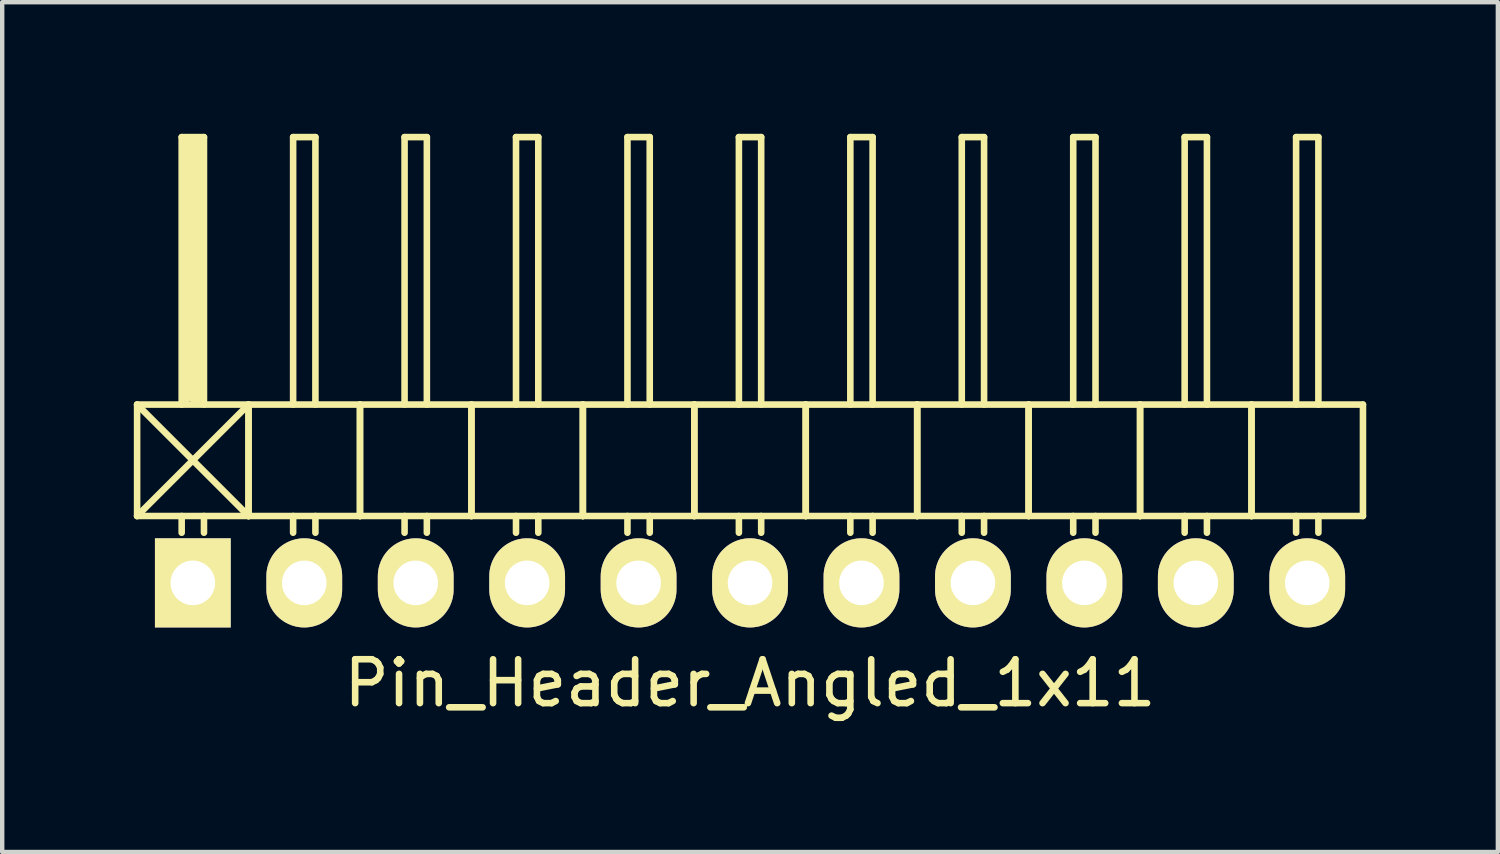
<source format=kicad_pcb>
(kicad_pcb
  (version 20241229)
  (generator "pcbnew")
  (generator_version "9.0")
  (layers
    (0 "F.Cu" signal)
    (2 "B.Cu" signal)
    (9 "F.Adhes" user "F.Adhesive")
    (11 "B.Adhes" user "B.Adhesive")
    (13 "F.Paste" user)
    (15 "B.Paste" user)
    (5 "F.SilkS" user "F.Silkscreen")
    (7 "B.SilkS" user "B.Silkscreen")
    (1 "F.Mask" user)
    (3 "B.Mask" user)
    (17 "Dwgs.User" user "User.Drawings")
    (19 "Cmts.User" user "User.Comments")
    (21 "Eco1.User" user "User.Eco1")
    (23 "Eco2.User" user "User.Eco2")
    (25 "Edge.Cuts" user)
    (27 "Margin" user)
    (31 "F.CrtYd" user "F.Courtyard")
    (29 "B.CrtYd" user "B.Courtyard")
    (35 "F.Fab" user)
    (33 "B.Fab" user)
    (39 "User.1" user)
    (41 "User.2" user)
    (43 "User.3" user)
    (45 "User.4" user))
  (footprint "Pin_Header_Angled_1x11"
    (layer "F.Cu")
    (at 14.045 10.235)
    (property "Reference" "Pin_Header_Angled_1x11" (at 0 2.286 0) (layer "F.SilkS") (effects (font (size 1 1) (thickness 0.15))))
    (attr through_hole)
    (fp_line (start -13.97 -4.064) (end -11.43 -1.524) (stroke (width 0.15) (type solid)) (layer "F.SilkS"))
    (fp_line (start -13.97 -1.524) (end -13.97 -4.064) (stroke (width 0.15) (type solid)) (layer "F.SilkS"))
    (fp_line (start -13.97 -1.524) (end -11.43 -1.524) (stroke (width 0.15) (type solid)) (layer "F.SilkS"))
    (fp_line (start -12.954 -10.16) (end -12.446 -10.16) (stroke (width 0.15) (type solid)) (layer "F.SilkS"))
    (fp_line (start -12.954 -4.064) (end -12.954 -10.16) (stroke (width 0.15) (type solid)) (layer "F.SilkS"))
    (fp_line (start -12.954 -1.524) (end -12.954 -1.143) (stroke (width 0.15) (type solid)) (layer "F.SilkS"))
    (fp_line (start -12.827 -10.033) (end -12.573 -10.033) (stroke (width 0.15) (type solid)) (layer "F.SilkS"))
    (fp_line (start -12.827 -4.191) (end -12.827 -10.033) (stroke (width 0.15) (type solid)) (layer "F.SilkS"))
    (fp_line (start -12.7 -4.191) (end -12.7 -10.033) (stroke (width 0.15) (type solid)) (layer "F.SilkS"))
    (fp_line (start -12.573 -10.033) (end -12.573 -4.191) (stroke (width 0.15) (type solid)) (layer "F.SilkS"))
    (fp_line (start -12.573 -4.191) (end -12.7 -4.191) (stroke (width 0.15) (type solid)) (layer "F.SilkS"))
    (fp_line (start -12.446 -10.16) (end -12.446 -4.064) (stroke (width 0.15) (type solid)) (layer "F.SilkS"))
    (fp_line (start -12.446 -1.524) (end -12.446 -1.143) (stroke (width 0.15) (type solid)) (layer "F.SilkS"))
    (fp_line (start -11.43 -4.064) (end -13.97 -4.064) (stroke (width 0.15) (type solid)) (layer "F.SilkS"))
    (fp_line (start -11.43 -4.064) (end -13.97 -1.524) (stroke (width 0.15) (type solid)) (layer "F.SilkS"))
    (fp_line (start -11.43 -1.524) (end -11.43 -4.064) (stroke (width 0.15) (type solid)) (layer "F.SilkS"))
    (fp_line (start -11.43 -1.524) (end -11.43 -4.064) (stroke (width 0.15) (type solid)) (layer "F.SilkS"))
    (fp_line (start -11.43 -1.524) (end -8.89 -1.524) (stroke (width 0.15) (type solid)) (layer "F.SilkS"))
    (fp_line (start -10.414 -10.16) (end -9.906 -10.16) (stroke (width 0.15) (type solid)) (layer "F.SilkS"))
    (fp_line (start -10.414 -4.064) (end -10.414 -10.16) (stroke (width 0.15) (type solid)) (layer "F.SilkS"))
    (fp_line (start -10.414 -1.524) (end -10.414 -1.143) (stroke (width 0.15) (type solid)) (layer "F.SilkS"))
    (fp_line (start -9.906 -10.16) (end -9.906 -4.064) (stroke (width 0.15) (type solid)) (layer "F.SilkS"))
    (fp_line (start -9.906 -1.524) (end -9.906 -1.143) (stroke (width 0.15) (type solid)) (layer "F.SilkS"))
    (fp_line (start -8.89 -4.064) (end -11.43 -4.064) (stroke (width 0.15) (type solid)) (layer "F.SilkS"))
    (fp_line (start -8.89 -1.524) (end -8.89 -4.064) (stroke (width 0.15) (type solid)) (layer "F.SilkS"))
    (fp_line (start -8.89 -1.524) (end -8.89 -4.064) (stroke (width 0.15) (type solid)) (layer "F.SilkS"))
    (fp_line (start -8.89 -1.524) (end -6.35 -1.524) (stroke (width 0.15) (type solid)) (layer "F.SilkS"))
    (fp_line (start -7.874 -10.16) (end -7.366 -10.16) (stroke (width 0.15) (type solid)) (layer "F.SilkS"))
    (fp_line (start -7.874 -4.064) (end -7.874 -10.16) (stroke (width 0.15) (type solid)) (layer "F.SilkS"))
    (fp_line (start -7.874 -1.524) (end -7.874 -1.143) (stroke (width 0.15) (type solid)) (layer "F.SilkS"))
    (fp_line (start -7.366 -10.16) (end -7.366 -4.064) (stroke (width 0.15) (type solid)) (layer "F.SilkS"))
    (fp_line (start -7.366 -1.524) (end -7.366 -1.143) (stroke (width 0.15) (type solid)) (layer "F.SilkS"))
    (fp_line (start -6.35 -4.064) (end -8.89 -4.064) (stroke (width 0.15) (type solid)) (layer "F.SilkS"))
    (fp_line (start -6.35 -1.524) (end -6.35 -4.064) (stroke (width 0.15) (type solid)) (layer "F.SilkS"))
    (fp_line (start -6.35 -1.524) (end -6.35 -4.064) (stroke (width 0.15) (type solid)) (layer "F.SilkS"))
    (fp_line (start -6.35 -1.524) (end -3.81 -1.524) (stroke (width 0.15) (type solid)) (layer "F.SilkS"))
    (fp_line (start -5.334 -10.16) (end -4.826 -10.16) (stroke (width 0.15) (type solid)) (layer "F.SilkS"))
    (fp_line (start -5.334 -4.064) (end -5.334 -10.16) (stroke (width 0.15) (type solid)) (layer "F.SilkS"))
    (fp_line (start -5.334 -1.524) (end -5.334 -1.143) (stroke (width 0.15) (type solid)) (layer "F.SilkS"))
    (fp_line (start -4.826 -10.16) (end -4.826 -4.064) (stroke (width 0.15) (type solid)) (layer "F.SilkS"))
    (fp_line (start -4.826 -1.524) (end -4.826 -1.143) (stroke (width 0.15) (type solid)) (layer "F.SilkS"))
    (fp_line (start -3.81 -4.064) (end -6.35 -4.064) (stroke (width 0.15) (type solid)) (layer "F.SilkS"))
    (fp_line (start -3.81 -1.524) (end -3.81 -4.064) (stroke (width 0.15) (type solid)) (layer "F.SilkS"))
    (fp_line (start -3.81 -1.524) (end -3.81 -4.064) (stroke (width 0.15) (type solid)) (layer "F.SilkS"))
    (fp_line (start -3.81 -1.524) (end -1.27 -1.524) (stroke (width 0.15) (type solid)) (layer "F.SilkS"))
    (fp_line (start -2.794 -10.16) (end -2.286 -10.16) (stroke (width 0.15) (type solid)) (layer "F.SilkS"))
    (fp_line (start -2.794 -4.064) (end -2.794 -10.16) (stroke (width 0.15) (type solid)) (layer "F.SilkS"))
    (fp_line (start -2.794 -1.524) (end -2.794 -1.143) (stroke (width 0.15) (type solid)) (layer "F.SilkS"))
    (fp_line (start -2.286 -10.16) (end -2.286 -4.064) (stroke (width 0.15) (type solid)) (layer "F.SilkS"))
    (fp_line (start -2.286 -1.524) (end -2.286 -1.143) (stroke (width 0.15) (type solid)) (layer "F.SilkS"))
    (fp_line (start -1.27 -4.064) (end -3.81 -4.064) (stroke (width 0.15) (type solid)) (layer "F.SilkS"))
    (fp_line (start -1.27 -1.524) (end -1.27 -4.064) (stroke (width 0.15) (type solid)) (layer "F.SilkS"))
    (fp_line (start -1.27 -1.524) (end -1.27 -4.064) (stroke (width 0.15) (type solid)) (layer "F.SilkS"))
    (fp_line (start -1.27 -1.524) (end 1.27 -1.524) (stroke (width 0.15) (type solid)) (layer "F.SilkS"))
    (fp_line (start -0.254 -10.16) (end 0.254 -10.16) (stroke (width 0.15) (type solid)) (layer "F.SilkS"))
    (fp_line (start -0.254 -4.064) (end -0.254 -10.16) (stroke (width 0.15) (type solid)) (layer "F.SilkS"))
    (fp_line (start -0.254 -1.524) (end -0.254 -1.143) (stroke (width 0.15) (type solid)) (layer "F.SilkS"))
    (fp_line (start 0.254 -10.16) (end 0.254 -4.064) (stroke (width 0.15) (type solid)) (layer "F.SilkS"))
    (fp_line (start 0.254 -1.524) (end 0.254 -1.143) (stroke (width 0.15) (type solid)) (layer "F.SilkS"))
    (fp_line (start 1.27 -4.064) (end -1.27 -4.064) (stroke (width 0.15) (type solid)) (layer "F.SilkS"))
    (fp_line (start 1.27 -1.524) (end 1.27 -4.064) (stroke (width 0.15) (type solid)) (layer "F.SilkS"))
    (fp_line (start 1.27 -1.524) (end 1.27 -4.064) (stroke (width 0.15) (type solid)) (layer "F.SilkS"))
    (fp_line (start 1.27 -1.524) (end 3.81 -1.524) (stroke (width 0.15) (type solid)) (layer "F.SilkS"))
    (fp_line (start 2.286 -10.16) (end 2.794 -10.16) (stroke (width 0.15) (type solid)) (layer "F.SilkS"))
    (fp_line (start 2.286 -4.064) (end 2.286 -10.16) (stroke (width 0.15) (type solid)) (layer "F.SilkS"))
    (fp_line (start 2.286 -1.524) (end 2.286 -1.143) (stroke (width 0.15) (type solid)) (layer "F.SilkS"))
    (fp_line (start 2.794 -10.16) (end 2.794 -4.064) (stroke (width 0.15) (type solid)) (layer "F.SilkS"))
    (fp_line (start 2.794 -1.524) (end 2.794 -1.143) (stroke (width 0.15) (type solid)) (layer "F.SilkS"))
    (fp_line (start 3.81 -4.064) (end 1.27 -4.064) (stroke (width 0.15) (type solid)) (layer "F.SilkS"))
    (fp_line (start 3.81 -1.524) (end 3.81 -4.064) (stroke (width 0.15) (type solid)) (layer "F.SilkS"))
    (fp_line (start 3.81 -1.524) (end 3.81 -4.064) (stroke (width 0.15) (type solid)) (layer "F.SilkS"))
    (fp_line (start 3.81 -1.524) (end 6.35 -1.524) (stroke (width 0.15) (type solid)) (layer "F.SilkS"))
    (fp_line (start 4.826 -10.16) (end 5.334 -10.16) (stroke (width 0.15) (type solid)) (layer "F.SilkS"))
    (fp_line (start 4.826 -4.064) (end 4.826 -10.16) (stroke (width 0.15) (type solid)) (layer "F.SilkS"))
    (fp_line (start 4.826 -1.524) (end 4.826 -1.143) (stroke (width 0.15) (type solid)) (layer "F.SilkS"))
    (fp_line (start 5.334 -10.16) (end 5.334 -4.064) (stroke (width 0.15) (type solid)) (layer "F.SilkS"))
    (fp_line (start 5.334 -1.524) (end 5.334 -1.143) (stroke (width 0.15) (type solid)) (layer "F.SilkS"))
    (fp_line (start 6.35 -4.064) (end 3.81 -4.064) (stroke (width 0.15) (type solid)) (layer "F.SilkS"))
    (fp_line (start 6.35 -1.524) (end 6.35 -4.064) (stroke (width 0.15) (type solid)) (layer "F.SilkS"))
    (fp_line (start 6.35 -1.524) (end 6.35 -4.064) (stroke (width 0.15) (type solid)) (layer "F.SilkS"))
    (fp_line (start 6.35 -1.524) (end 8.89 -1.524) (stroke (width 0.15) (type solid)) (layer "F.SilkS"))
    (fp_line (start 7.366 -10.16) (end 7.874 -10.16) (stroke (width 0.15) (type solid)) (layer "F.SilkS"))
    (fp_line (start 7.366 -4.064) (end 7.366 -10.16) (stroke (width 0.15) (type solid)) (layer "F.SilkS"))
    (fp_line (start 7.366 -1.524) (end 7.366 -1.143) (stroke (width 0.15) (type solid)) (layer "F.SilkS"))
    (fp_line (start 7.874 -10.16) (end 7.874 -4.064) (stroke (width 0.15) (type solid)) (layer "F.SilkS"))
    (fp_line (start 7.874 -1.524) (end 7.874 -1.143) (stroke (width 0.15) (type solid)) (layer "F.SilkS"))
    (fp_line (start 8.89 -4.064) (end 6.35 -4.064) (stroke (width 0.15) (type solid)) (layer "F.SilkS"))
    (fp_line (start 8.89 -1.524) (end 8.89 -4.064) (stroke (width 0.15) (type solid)) (layer "F.SilkS"))
    (fp_line (start 8.89 -1.524) (end 8.89 -4.064) (stroke (width 0.15) (type solid)) (layer "F.SilkS"))
    (fp_line (start 8.89 -1.524) (end 11.43 -1.524) (stroke (width 0.15) (type solid)) (layer "F.SilkS"))
    (fp_line (start 9.906 -10.16) (end 10.414 -10.16) (stroke (width 0.15) (type solid)) (layer "F.SilkS"))
    (fp_line (start 9.906 -4.064) (end 9.906 -10.16) (stroke (width 0.15) (type solid)) (layer "F.SilkS"))
    (fp_line (start 9.906 -1.524) (end 9.906 -1.143) (stroke (width 0.15) (type solid)) (layer "F.SilkS"))
    (fp_line (start 10.414 -10.16) (end 10.414 -4.064) (stroke (width 0.15) (type solid)) (layer "F.SilkS"))
    (fp_line (start 10.414 -1.524) (end 10.414 -1.143) (stroke (width 0.15) (type solid)) (layer "F.SilkS"))
    (fp_line (start 11.43 -4.064) (end 8.89 -4.064) (stroke (width 0.15) (type solid)) (layer "F.SilkS"))
    (fp_line (start 11.43 -1.524) (end 11.43 -4.064) (stroke (width 0.15) (type solid)) (layer "F.SilkS"))
    (fp_line (start 11.43 -1.524) (end 11.43 -4.064) (stroke (width 0.15) (type solid)) (layer "F.SilkS"))
    (fp_line (start 11.43 -1.524) (end 13.97 -1.524) (stroke (width 0.15) (type solid)) (layer "F.SilkS"))
    (fp_line (start 12.446 -10.16) (end 12.954 -10.16) (stroke (width 0.15) (type solid)) (layer "F.SilkS"))
    (fp_line (start 12.446 -4.064) (end 12.446 -10.16) (stroke (width 0.15) (type solid)) (layer "F.SilkS"))
    (fp_line (start 12.446 -1.524) (end 12.446 -1.143) (stroke (width 0.15) (type solid)) (layer "F.SilkS"))
    (fp_line (start 12.954 -10.16) (end 12.954 -4.064) (stroke (width 0.15) (type solid)) (layer "F.SilkS"))
    (fp_line (start 12.954 -1.524) (end 12.954 -1.143) (stroke (width 0.15) (type solid)) (layer "F.SilkS"))
    (fp_line (start 13.97 -4.064) (end 11.43 -4.064) (stroke (width 0.15) (type solid)) (layer "F.SilkS"))
    (fp_line (start 13.97 -1.524) (end 13.97 -4.064) (stroke (width 0.15) (type solid)) (layer "F.SilkS"))
    (pad "1" thru_hole rect (at -12.7 0) (size 1.727 2.032) (drill 1.016) (layers "*.Cu" "*.Mask" "F.SilkS"))
    (pad "2" thru_hole oval (at -10.16 0) (size 1.727 2.032) (drill 1.016) (layers "*.Cu" "*.Mask" "F.SilkS"))
    (pad "3" thru_hole oval (at -7.62 0) (size 1.727 2.032) (drill 1.016) (layers "*.Cu" "*.Mask" "F.SilkS"))
    (pad "4" thru_hole oval (at -5.08 0) (size 1.727 2.032) (drill 1.016) (layers "*.Cu" "*.Mask" "F.SilkS"))
    (pad "5" thru_hole oval (at -2.54 0) (size 1.727 2.032) (drill 1.016) (layers "*.Cu" "*.Mask" "F.SilkS"))
    (pad "6" thru_hole oval (at 0 0) (size 1.727 2.032) (drill 1.016) (layers "*.Cu" "*.Mask" "F.SilkS"))
    (pad "7" thru_hole oval (at 2.54 0) (size 1.727 2.032) (drill 1.016) (layers "*.Cu" "*.Mask" "F.SilkS"))
    (pad "8" thru_hole oval (at 5.08 0) (size 1.727 2.032) (drill 1.016) (layers "*.Cu" "*.Mask" "F.SilkS"))
    (pad "9" thru_hole oval (at 7.62 0) (size 1.727 2.032) (drill 1.016) (layers "*.Cu" "*.Mask" "F.SilkS"))
    (pad "10" thru_hole oval (at 10.16 0) (size 1.727 2.032) (drill 1.016) (layers "*.Cu" "*.Mask" "F.SilkS"))
    (pad "11" thru_hole oval (at 12.7 0) (size 1.727 2.032) (drill 1.016) (layers "*.Cu" "*.Mask" "F.SilkS")))
  (gr_rect
    (start -3 -3)
    (end 31.09 16.369)
    (stroke (width 0.1) (type default))
    (fill no)
    (layer "Edge.Cuts")))
</source>
